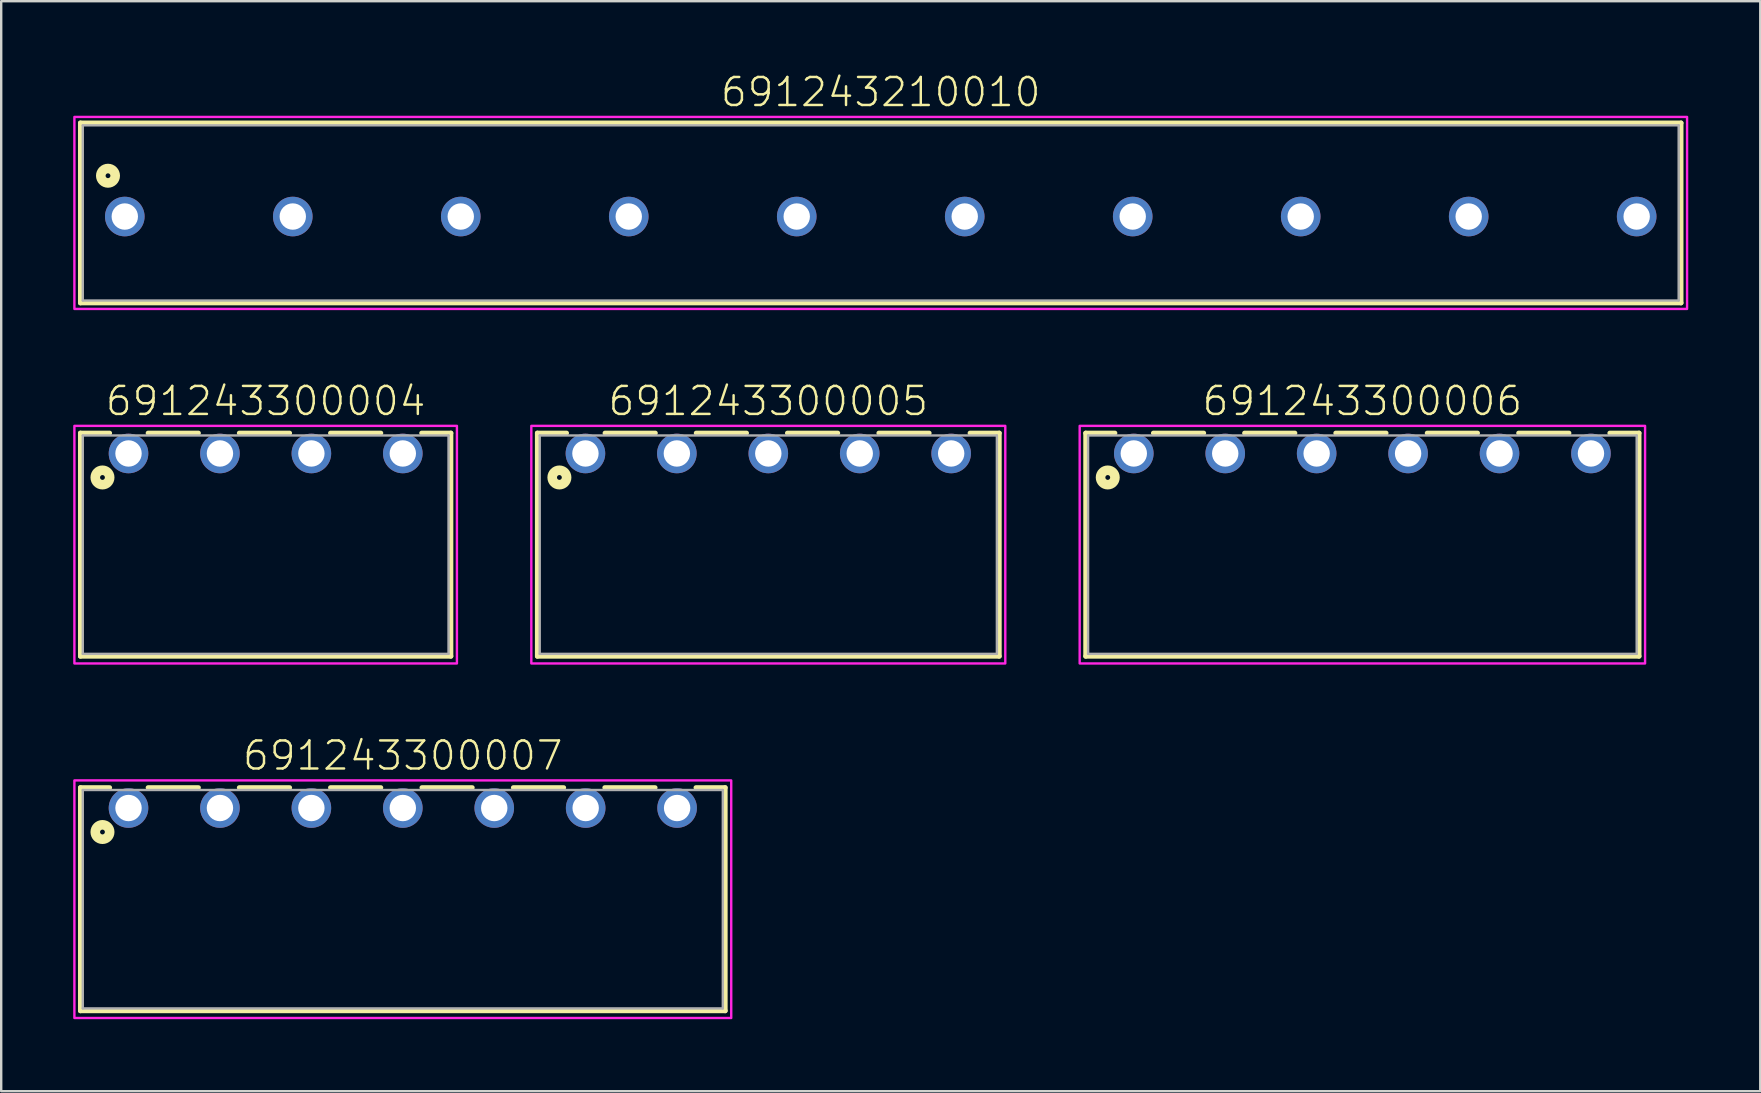
<source format=kicad_pcb>
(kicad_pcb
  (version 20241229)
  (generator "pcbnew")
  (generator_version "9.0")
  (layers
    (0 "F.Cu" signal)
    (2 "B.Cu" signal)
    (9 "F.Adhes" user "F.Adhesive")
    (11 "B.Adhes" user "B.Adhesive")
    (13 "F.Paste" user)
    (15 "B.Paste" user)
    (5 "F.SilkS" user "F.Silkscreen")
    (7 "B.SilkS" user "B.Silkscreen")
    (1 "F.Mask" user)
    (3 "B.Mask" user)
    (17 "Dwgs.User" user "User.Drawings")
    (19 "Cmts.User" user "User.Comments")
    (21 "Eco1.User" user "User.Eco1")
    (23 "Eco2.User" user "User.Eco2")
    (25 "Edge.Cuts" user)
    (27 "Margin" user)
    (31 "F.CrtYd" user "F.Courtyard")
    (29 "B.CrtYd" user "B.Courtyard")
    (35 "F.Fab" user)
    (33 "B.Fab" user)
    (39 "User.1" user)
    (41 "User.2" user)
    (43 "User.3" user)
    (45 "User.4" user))
  (footprint "691243300007"
    (layer "F.Cu")
    (at 13.735 30.62)
    (property "Reference" "691243300007" (at 0 -1.5 0) (unlocked yes) (layer "F.SilkS") (effects (font (size 1.168 1.168) (thickness 0.102)) (justify bottom)))
    (fp_line (start -13.435 -0.85) (end -12.215 -0.85) (stroke (width 0.2) (type solid)) (layer "F.SilkS"))
    (fp_line (start -13.435 8.45) (end -13.435 -0.85) (stroke (width 0.2) (type solid)) (layer "F.SilkS"))
    (fp_line (start -10.615 -0.85) (end -8.515 -0.85) (stroke (width 0.2) (type solid)) (layer "F.SilkS"))
    (fp_line (start -6.815 -0.85) (end -4.715 -0.85) (stroke (width 0.2) (type solid)) (layer "F.SilkS"))
    (fp_line (start -3.015 -0.85) (end -0.915 -0.85) (stroke (width 0.2) (type solid)) (layer "F.SilkS"))
    (fp_line (start 0.795 -0.85) (end 2.895 -0.85) (stroke (width 0.2) (type solid)) (layer "F.SilkS"))
    (fp_line (start 4.605 -0.85) (end 6.705 -0.85) (stroke (width 0.2) (type solid)) (layer "F.SilkS"))
    (fp_line (start 8.415 -0.85) (end 10.515 -0.85) (stroke (width 0.2) (type solid)) (layer "F.SilkS"))
    (fp_line (start 12.215 -0.85) (end 13.435 -0.85) (stroke (width 0.2) (type solid)) (layer "F.SilkS"))
    (fp_line (start 13.435 -0.85) (end 13.435 8.45) (stroke (width 0.2) (type solid)) (layer "F.SilkS"))
    (fp_line (start 13.435 8.45) (end -13.435 8.45) (stroke (width 0.2) (type solid)) (layer "F.SilkS"))
    (fp_circle (center -12.515 1) (end -12.415 1) (stroke (width 0.4) (type solid)) (fill no) (layer "F.SilkS"))
    (fp_poly (pts (xy 13.685 8.75) (xy -13.685 8.75) (xy -13.685 -1.15) (xy 13.685 -1.15)) (stroke (width 0.1) (type default)) (fill no) (layer "F.CrtYd"))
    (fp_line (start -13.335 -0.75) (end 13.335 -0.75) (stroke (width 0.1) (type solid)) (layer "F.Fab"))
    (fp_line (start -13.335 8.35) (end -13.335 -0.75) (stroke (width 0.1) (type solid)) (layer "F.Fab"))
    (fp_line (start 13.335 -0.75) (end 13.335 8.35) (stroke (width 0.1) (type solid)) (layer "F.Fab"))
    (fp_line (start 13.335 8.35) (end -13.335 8.35) (stroke (width 0.1) (type solid)) (layer "F.Fab"))
    (pad "1" thru_hole circle (at -11.43 0 180) (size 1.65 1.65) (drill 1.1) (layers "*.Cu" "*.Mask"))
    (pad "2" thru_hole circle (at -7.62 0 180) (size 1.65 1.65) (drill 1.1) (layers "*.Cu" "*.Mask"))
    (pad "3" thru_hole circle (at -3.81 0 180) (size 1.65 1.65) (drill 1.1) (layers "*.Cu" "*.Mask"))
    (pad "4" thru_hole circle (at 0 0 180) (size 1.65 1.65) (drill 1.1) (layers "*.Cu" "*.Mask"))
    (pad "5" thru_hole circle (at 3.81 0 180) (size 1.65 1.65) (drill 1.1) (layers "*.Cu" "*.Mask"))
    (pad "6" thru_hole circle (at 7.62 0 180) (size 1.65 1.65) (drill 1.1) (layers "*.Cu" "*.Mask"))
    (pad "7" thru_hole circle (at 11.43 0 180) (size 1.65 1.65) (drill 1.1) (layers "*.Cu" "*.Mask")))
  (footprint "691243300004"
    (layer "F.Cu")
    (at 8.02 15.846)
    (property "Reference" "691243300004" (at 0 -1.5 0) (unlocked yes) (layer "F.SilkS") (effects (font (size 1.168 1.168) (thickness 0.102)) (justify bottom)))
    (fp_line (start -7.72 -0.85) (end -6.5 -0.85) (stroke (width 0.2) (type solid)) (layer "F.SilkS"))
    (fp_line (start -7.72 8.45) (end -7.72 -0.85) (stroke (width 0.2) (type solid)) (layer "F.SilkS"))
    (fp_line (start -4.9 -0.85) (end -2.8 -0.85) (stroke (width 0.2) (type solid)) (layer "F.SilkS"))
    (fp_line (start -1.1 -0.85) (end 1 -0.85) (stroke (width 0.2) (type solid)) (layer "F.SilkS"))
    (fp_line (start 2.7 -0.85) (end 4.8 -0.85) (stroke (width 0.2) (type solid)) (layer "F.SilkS"))
    (fp_line (start 6.5 -0.85) (end 7.72 -0.85) (stroke (width 0.2) (type solid)) (layer "F.SilkS"))
    (fp_line (start 7.72 -0.85) (end 7.72 8.45) (stroke (width 0.2) (type solid)) (layer "F.SilkS"))
    (fp_line (start 7.72 8.45) (end -7.72 8.45) (stroke (width 0.2) (type solid)) (layer "F.SilkS"))
    (fp_circle (center -6.8 1) (end -6.7 1) (stroke (width 0.4) (type solid)) (fill no) (layer "F.SilkS"))
    (fp_poly (pts (xy 7.97 8.75) (xy -7.97 8.75) (xy -7.97 -1.15) (xy 7.97 -1.15)) (stroke (width 0.1) (type default)) (fill no) (layer "F.CrtYd"))
    (fp_line (start -7.62 -0.75) (end 7.62 -0.75) (stroke (width 0.1) (type solid)) (layer "F.Fab"))
    (fp_line (start -7.62 8.35) (end -7.62 -0.75) (stroke (width 0.1) (type solid)) (layer "F.Fab"))
    (fp_line (start 7.62 -0.75) (end 7.62 8.35) (stroke (width 0.1) (type solid)) (layer "F.Fab"))
    (fp_line (start 7.62 8.35) (end -7.62 8.35) (stroke (width 0.1) (type solid)) (layer "F.Fab"))
    (pad "1" thru_hole circle (at -5.715 0 180) (size 1.65 1.65) (drill 1.1) (layers "*.Cu" "*.Mask"))
    (pad "2" thru_hole circle (at -1.905 0 180) (size 1.65 1.65) (drill 1.1) (layers "*.Cu" "*.Mask"))
    (pad "3" thru_hole circle (at 1.905 0 180) (size 1.65 1.65) (drill 1.1) (layers "*.Cu" "*.Mask"))
    (pad "4" thru_hole circle (at 5.715 0 180) (size 1.65 1.65) (drill 1.1) (layers "*.Cu" "*.Mask")))
  (footprint "691243210010"
    (layer "F.Cu")
    (at 33.65 5.973)
    (property "Reference" "691243210010" (at 0 -4.5 0) (unlocked yes) (layer "F.SilkS") (effects (font (size 1.168 1.168) (thickness 0.102)) (justify bottom)))
    (fp_line (start -33.35 -3.9) (end 33.35 -3.9) (stroke (width 0.2) (type solid)) (layer "F.SilkS"))
    (fp_line (start -33.35 3.6) (end -33.35 -3.9) (stroke (width 0.2) (type solid)) (layer "F.SilkS"))
    (fp_line (start 33.35 -3.9) (end 33.35 3.6) (stroke (width 0.2) (type solid)) (layer "F.SilkS"))
    (fp_line (start 33.35 3.6) (end -33.35 3.6) (stroke (width 0.2) (type solid)) (layer "F.SilkS"))
    (fp_circle (center -32.2 -1.7) (end -32.1 -1.7) (stroke (width 0.4) (type solid)) (fill no) (layer "F.SilkS"))
    (fp_poly (pts (xy 33.6 3.85) (xy -33.6 3.85) (xy -33.6 -4.15) (xy 33.6 -4.15)) (stroke (width 0.1) (type default)) (fill no) (layer "F.CrtYd"))
    (fp_line (start -33.25 -3.8) (end -33.25 3.5) (stroke (width 0.1) (type solid)) (layer "F.Fab"))
    (fp_line (start -33.25 -3.8) (end 33.25 -3.8) (stroke (width 0.1) (type solid)) (layer "F.Fab"))
    (fp_line (start 33.25 -3.8) (end 33.25 3.5) (stroke (width 0.1) (type solid)) (layer "F.Fab"))
    (fp_line (start 33.25 3.5) (end -33.25 3.5) (stroke (width 0.1) (type solid)) (layer "F.Fab"))
    (pad "1" thru_hole circle (at -31.5 0) (size 1.65 1.65) (drill 1.1) (layers "*.Cu" "*.Mask"))
    (pad "2" thru_hole circle (at -24.5 0) (size 1.65 1.65) (drill 1.1) (layers "*.Cu" "*.Mask"))
    (pad "3" thru_hole circle (at -17.5 0) (size 1.65 1.65) (drill 1.1) (layers "*.Cu" "*.Mask"))
    (pad "4" thru_hole circle (at -10.5 0) (size 1.65 1.65) (drill 1.1) (layers "*.Cu" "*.Mask"))
    (pad "5" thru_hole circle (at -3.5 0) (size 1.65 1.65) (drill 1.1) (layers "*.Cu" "*.Mask"))
    (pad "6" thru_hole circle (at 3.5 0) (size 1.65 1.65) (drill 1.1) (layers "*.Cu" "*.Mask"))
    (pad "7" thru_hole circle (at 10.5 0) (size 1.65 1.65) (drill 1.1) (layers "*.Cu" "*.Mask"))
    (pad "8" thru_hole circle (at 17.5 0) (size 1.65 1.65) (drill 1.1) (layers "*.Cu" "*.Mask"))
    (pad "9" thru_hole circle (at 24.5 0) (size 1.65 1.65) (drill 1.1) (layers "*.Cu" "*.Mask"))
    (pad "10" thru_hole circle (at 31.5 0) (size 1.65 1.65) (drill 1.1) (layers "*.Cu" "*.Mask")))
  (footprint "691243300005"
    (layer "F.Cu")
    (at 28.965 15.846)
    (property "Reference" "691243300005" (at 0 -1.5 0) (unlocked yes) (layer "F.SilkS") (effects (font (size 1.168 1.168) (thickness 0.102)) (justify bottom)))
    (fp_line (start -9.625 -0.85) (end -8.405 -0.85) (stroke (width 0.2) (type solid)) (layer "F.SilkS"))
    (fp_line (start -9.625 8.45) (end -9.625 -0.85) (stroke (width 0.2) (type solid)) (layer "F.SilkS"))
    (fp_line (start -6.805 -0.85) (end -4.705 -0.85) (stroke (width 0.2) (type solid)) (layer "F.SilkS"))
    (fp_line (start -3.005 -0.85) (end -0.905 -0.85) (stroke (width 0.2) (type solid)) (layer "F.SilkS"))
    (fp_line (start 0.795 -0.85) (end 2.895 -0.85) (stroke (width 0.2) (type solid)) (layer "F.SilkS"))
    (fp_line (start 4.605 -0.85) (end 6.705 -0.85) (stroke (width 0.2) (type solid)) (layer "F.SilkS"))
    (fp_line (start 8.405 -0.85) (end 9.625 -0.85) (stroke (width 0.2) (type solid)) (layer "F.SilkS"))
    (fp_line (start 9.625 -0.85) (end 9.625 8.45) (stroke (width 0.2) (type solid)) (layer "F.SilkS"))
    (fp_line (start 9.625 8.45) (end -9.625 8.45) (stroke (width 0.2) (type solid)) (layer "F.SilkS"))
    (fp_circle (center -8.705 1) (end -8.605 1) (stroke (width 0.4) (type solid)) (fill no) (layer "F.SilkS"))
    (fp_poly (pts (xy 9.875 8.75) (xy -9.875 8.75) (xy -9.875 -1.15) (xy 9.875 -1.15)) (stroke (width 0.1) (type default)) (fill no) (layer "F.CrtYd"))
    (fp_line (start -9.525 -0.75) (end 9.525 -0.75) (stroke (width 0.1) (type solid)) (layer "F.Fab"))
    (fp_line (start -9.525 8.35) (end -9.525 -0.75) (stroke (width 0.1) (type solid)) (layer "F.Fab"))
    (fp_line (start 9.525 -0.75) (end 9.525 8.35) (stroke (width 0.1) (type solid)) (layer "F.Fab"))
    (fp_line (start 9.525 8.35) (end -9.525 8.35) (stroke (width 0.1) (type solid)) (layer "F.Fab"))
    (pad "1" thru_hole circle (at -7.62 0 180) (size 1.65 1.65) (drill 1.1) (layers "*.Cu" "*.Mask"))
    (pad "2" thru_hole circle (at -3.81 0 180) (size 1.65 1.65) (drill 1.1) (layers "*.Cu" "*.Mask"))
    (pad "3" thru_hole circle (at 0 0 180) (size 1.65 1.65) (drill 1.1) (layers "*.Cu" "*.Mask"))
    (pad "4" thru_hole circle (at 3.81 0 180) (size 1.65 1.65) (drill 1.1) (layers "*.Cu" "*.Mask"))
    (pad "5" thru_hole circle (at 7.62 0 180) (size 1.65 1.65) (drill 1.1) (layers "*.Cu" "*.Mask")))
  (footprint "691243300006"
    (layer "F.Cu")
    (at 53.72 15.846)
    (property "Reference" "691243300006" (at 0 -1.5 0) (unlocked yes) (layer "F.SilkS") (effects (font (size 1.168 1.168) (thickness 0.102)) (justify bottom)))
    (fp_line (start -11.53 -0.85) (end -10.31 -0.85) (stroke (width 0.2) (type solid)) (layer "F.SilkS"))
    (fp_line (start -11.53 8.45) (end -11.53 -0.85) (stroke (width 0.2) (type solid)) (layer "F.SilkS"))
    (fp_line (start -8.71 -0.85) (end -6.61 -0.85) (stroke (width 0.2) (type solid)) (layer "F.SilkS"))
    (fp_line (start -4.91 -0.85) (end -2.81 -0.85) (stroke (width 0.2) (type solid)) (layer "F.SilkS"))
    (fp_line (start -1.11 -0.85) (end 0.99 -0.85) (stroke (width 0.2) (type solid)) (layer "F.SilkS"))
    (fp_line (start 2.7 -0.85) (end 4.8 -0.85) (stroke (width 0.2) (type solid)) (layer "F.SilkS"))
    (fp_line (start 6.51 -0.85) (end 8.61 -0.85) (stroke (width 0.2) (type solid)) (layer "F.SilkS"))
    (fp_line (start 10.31 -0.85) (end 11.53 -0.85) (stroke (width 0.2) (type solid)) (layer "F.SilkS"))
    (fp_line (start 11.53 -0.85) (end 11.53 8.45) (stroke (width 0.2) (type solid)) (layer "F.SilkS"))
    (fp_line (start 11.53 8.45) (end -11.53 8.45) (stroke (width 0.2) (type solid)) (layer "F.SilkS"))
    (fp_circle (center -10.61 1) (end -10.51 1) (stroke (width 0.4) (type solid)) (fill no) (layer "F.SilkS"))
    (fp_poly (pts (xy 11.78 8.75) (xy -11.78 8.75) (xy -11.78 -1.15) (xy 11.78 -1.15)) (stroke (width 0.1) (type default)) (fill no) (layer "F.CrtYd"))
    (fp_line (start -11.43 -0.75) (end 11.43 -0.75) (stroke (width 0.1) (type solid)) (layer "F.Fab"))
    (fp_line (start -11.43 8.35) (end -11.43 -0.75) (stroke (width 0.1) (type solid)) (layer "F.Fab"))
    (fp_line (start 11.43 -0.75) (end 11.43 8.35) (stroke (width 0.1) (type solid)) (layer "F.Fab"))
    (fp_line (start 11.43 8.35) (end -11.43 8.35) (stroke (width 0.1) (type solid)) (layer "F.Fab"))
    (pad "1" thru_hole circle (at -9.525 0 180) (size 1.65 1.65) (drill 1.1) (layers "*.Cu" "*.Mask"))
    (pad "2" thru_hole circle (at -5.715 0 180) (size 1.65 1.65) (drill 1.1) (layers "*.Cu" "*.Mask"))
    (pad "3" thru_hole circle (at -1.905 0 180) (size 1.65 1.65) (drill 1.1) (layers "*.Cu" "*.Mask"))
    (pad "4" thru_hole circle (at 1.905 0 180) (size 1.65 1.65) (drill 1.1) (layers "*.Cu" "*.Mask"))
    (pad "5" thru_hole circle (at 5.715 0 180) (size 1.65 1.65) (drill 1.1) (layers "*.Cu" "*.Mask"))
    (pad "6" thru_hole circle (at 9.525 0 180) (size 1.65 1.65) (drill 1.1) (layers "*.Cu" "*.Mask")))
  (gr_rect
    (start -3 -3)
    (end 70.3 42.42)
    (stroke (width 0.1) (type default))
    (fill no)
    (layer "Edge.Cuts")))
</source>
